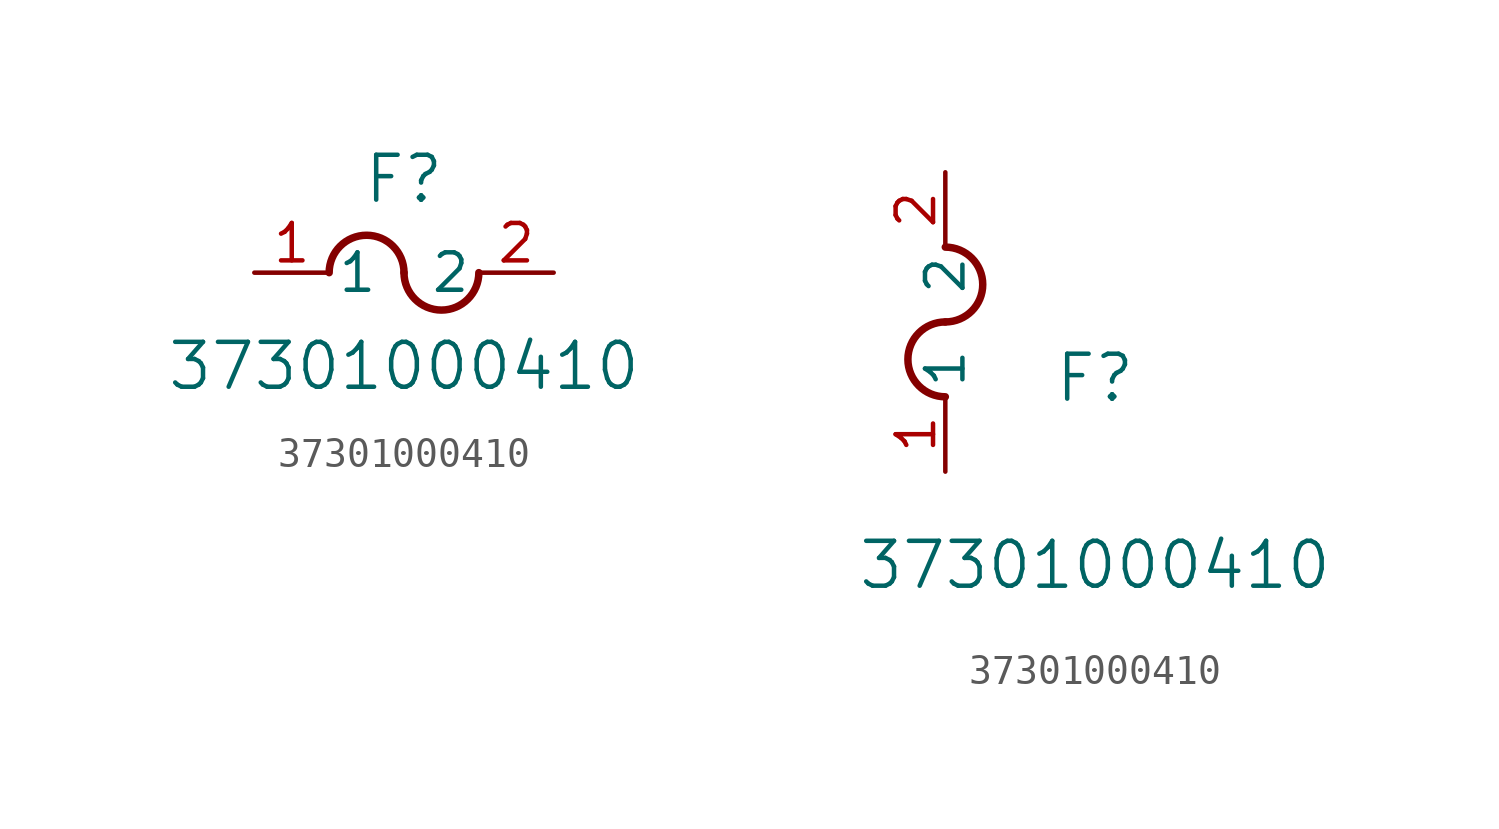
<source format=kicad_sym>
(kicad_symbol_lib
  (version 20211014)
  (generator kicad_symbol_editor)
  (symbol "37301000410"
    (pin_names
      (offset 0.254))
    (property "Reference" "F"
      (at 5.08 3.175 0)
      (effects (font (size 1.524 1.524))))
    (property "Value" "37301000410"
      (at 5.08 -3.175 0)
      (effects (font (size 1.524 1.524))))
    (symbol "37301000410_1_1"
      (arc (start 5.08 0) (mid 3.81 1.27) (end 2.54 0) (stroke (width 0.254) (type default) (color 0 0 0 0)) (fill (type none)))
      (arc (start 5.08 0) (mid 6.35 -1.27) (end 7.62 0) (stroke (width 0.254) (type default) (color 0 0 0 0)) (fill (type none)))
      (pin unspecified line (at 0 0 0) (length 2.54) (name "1" (effects (font (size 1.27 1.27)))) (number "1" (effects (font (size 1.27 1.27)))))
      (pin unspecified line (at 10.16 0 180) (length 2.54) (name "2" (effects (font (size 1.27 1.27)))) (number "2" (effects (font (size 1.27 1.27))))))
    (symbol "37301000410_1_2"
      (arc (start 0 5.08) (mid -1.27 3.81) (end 0 2.54) (stroke (width 0.254) (type default) (color 0 0 0 0)) (fill (type none)))
      (arc (start 0 5.08) (mid 1.27 6.35) (end 0 7.62) (stroke (width 0.254) (type default) (color 0 0 0 0)) (fill (type none)))
      (pin unspecified line (at 0 0 90) (length 2.54) (name "1" (effects (font (size 1.27 1.27)))) (number "1" (effects (font (size 1.27 1.27)))))
      (pin unspecified line (at 0 10.16 270) (length 2.54) (name "2" (effects (font (size 1.27 1.27)))) (number "2" (effects (font (size 1.27 1.27))))))))
</source>
